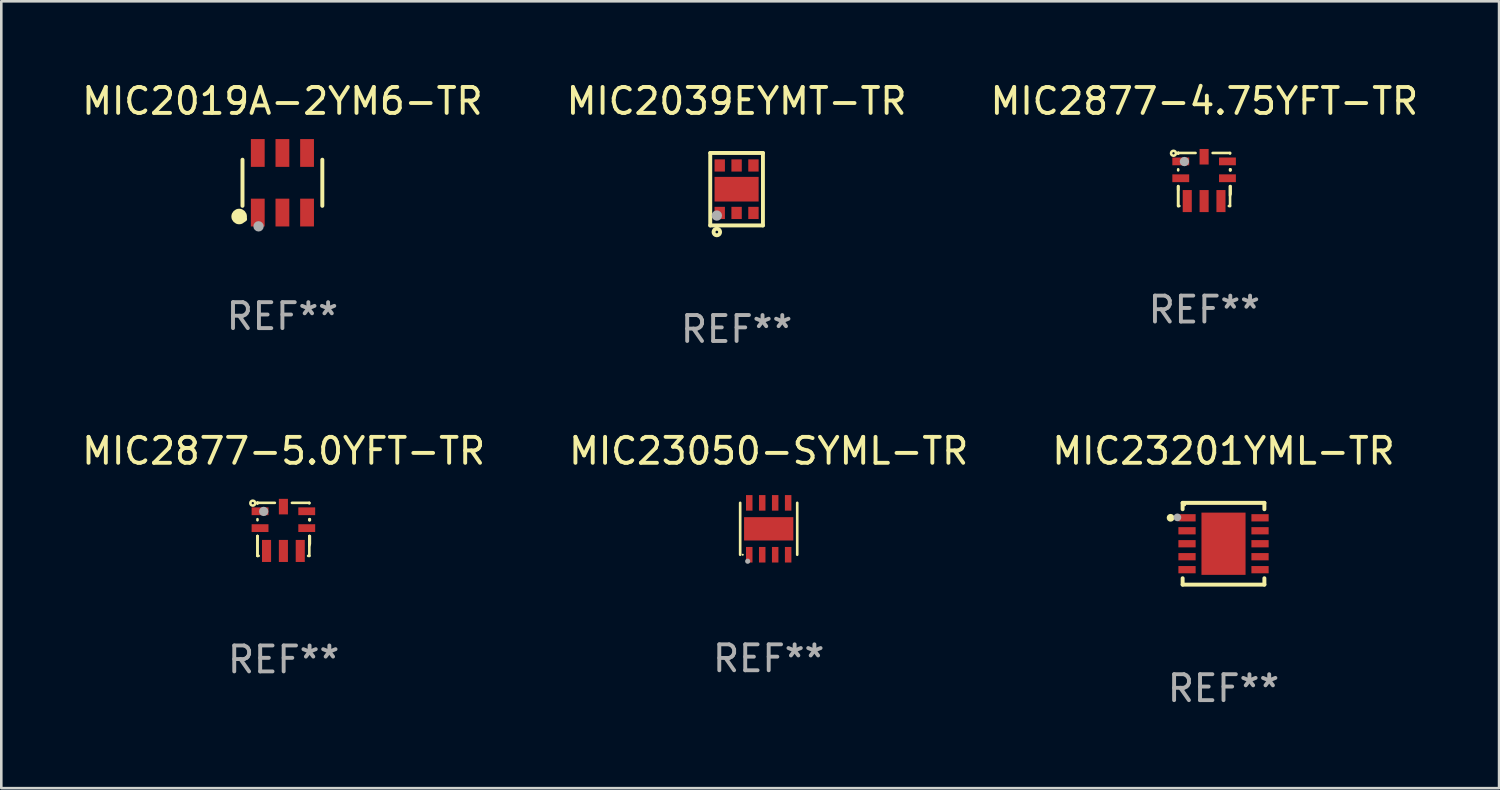
<source format=kicad_pcb>
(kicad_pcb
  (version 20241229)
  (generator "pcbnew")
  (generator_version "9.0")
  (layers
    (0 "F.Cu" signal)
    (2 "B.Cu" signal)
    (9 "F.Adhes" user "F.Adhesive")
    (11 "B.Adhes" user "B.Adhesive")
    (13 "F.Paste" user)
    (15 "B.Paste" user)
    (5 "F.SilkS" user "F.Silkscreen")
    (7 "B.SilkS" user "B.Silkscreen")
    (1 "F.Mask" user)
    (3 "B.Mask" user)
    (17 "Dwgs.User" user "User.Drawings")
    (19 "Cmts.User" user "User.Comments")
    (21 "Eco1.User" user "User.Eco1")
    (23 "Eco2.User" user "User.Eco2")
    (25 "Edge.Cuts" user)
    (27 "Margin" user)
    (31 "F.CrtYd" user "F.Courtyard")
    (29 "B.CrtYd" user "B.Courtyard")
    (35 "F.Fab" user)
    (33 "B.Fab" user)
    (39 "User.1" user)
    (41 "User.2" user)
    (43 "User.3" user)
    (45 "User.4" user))
  (footprint "MIC23201YML-TR"
    (layer "F.Cu")
    (at 44.125 17.915)
    (property "Reference" "MIC23201YML-TR" (at 0 -3.576 0) (layer "F.SilkS") (effects (font (size 1 1) (thickness 0.15))))
    (attr through_hole)
    (fp_line (start -1.576 -1.576) (end 1.576 -1.576) (stroke (width 0.152) (type solid)) (layer "F.SilkS"))
    (fp_line (start -1.576 -1.331) (end -1.576 -1.576) (stroke (width 0.152) (type solid)) (layer "F.SilkS"))
    (fp_line (start -1.576 1.331) (end -1.576 1.576) (stroke (width 0.152) (type solid)) (layer "F.SilkS"))
    (fp_line (start -1.576 1.576) (end 1.576 1.576) (stroke (width 0.152) (type solid)) (layer "F.SilkS"))
    (fp_line (start 1.576 -1.576) (end 1.576 -1.331) (stroke (width 0.152) (type solid)) (layer "F.SilkS"))
    (fp_line (start 1.576 1.576) (end 1.576 1.331) (stroke (width 0.152) (type solid)) (layer "F.SilkS"))
    (fp_circle (center -2.04 -1) (end -1.965 -1) (stroke (width 0.15) (type solid)) (fill no) (layer "F.SilkS"))
    (fp_circle (center -1.5 -1.5) (end -1.47 -1.5) (stroke (width 0.06) (type solid)) (fill no) (layer "F.SilkS"))
    (fp_circle (center -1.778 -1.016) (end -1.703 -1.016) (stroke (width 0.15) (type solid)) (fill no) (layer "F.Fab"))
    (fp_text user "REF**" (at 0 5.576 0) (layer "F.Fab") (effects (font (size 1 1) (thickness 0.15))))
    (pad "1" smd rect (at -1.407 -1 270) (size 0.28 0.665) (layers "F.Cu" "F.Mask" "F.Paste"))
    (pad "2" smd rect (at -1.407 -0.5 270) (size 0.28 0.665) (layers "F.Cu" "F.Mask" "F.Paste"))
    (pad "3" smd rect (at -1.407 0.000102 270) (size 0.28 0.665) (layers "F.Cu" "F.Mask" "F.Paste"))
    (pad "4" smd rect (at -1.407 0.5 270) (size 0.28 0.665) (layers "F.Cu" "F.Mask" "F.Paste"))
    (pad "5" smd rect (at -1.407 1 270) (size 0.28 0.665) (layers "F.Cu" "F.Mask" "F.Paste"))
    (pad "6" smd rect (at 1.408 1 270) (size 0.28 0.665) (layers "F.Cu" "F.Mask" "F.Paste"))
    (pad "7" smd rect (at 1.408 0.5 270) (size 0.28 0.665) (layers "F.Cu" "F.Mask" "F.Paste"))
    (pad "8" smd rect (at 1.408 0.000102 270) (size 0.28 0.665) (layers "F.Cu" "F.Mask" "F.Paste"))
    (pad "9" smd rect (at 1.408 -0.5 270) (size 0.28 0.665) (layers "F.Cu" "F.Mask" "F.Paste"))
    (pad "10" smd rect (at 1.408 -1 270) (size 0.28 0.665) (layers "F.Cu" "F.Mask" "F.Paste"))
    (pad "11" smd rect (at -0.000051 0.000102 270) (size 2.4 1.7) (layers "F.Cu" "F.Mask" "F.Paste")))
  (footprint "MIC23050-SYML-TR"
    (layer "F.Cu")
    (at 26.589 17.339)
    (property "Reference" "MIC23050-SYML-TR" (at 0 -3 0) (layer "F.SilkS") (effects (font (size 1 1) (thickness 0.15))))
    (attr through_hole)
    (fp_line (start -1.1 1) (end -1.1 -1) (stroke (width 0.102) (type solid)) (layer "F.SilkS"))
    (fp_line (start 1.1 1) (end 1.1 -1) (stroke (width 0.102) (type solid)) (layer "F.SilkS"))
    (fp_circle (center -1 1) (end -0.98 1) (stroke (width 0.04) (type solid)) (fill no) (layer "F.SilkS"))
    (fp_circle (center -0.81 1.25) (end -0.76 1.25) (stroke (width 0.1) (type solid)) (fill no) (layer "F.Fab"))
    (fp_text user "REF**" (at 0 5 0) (layer "F.Fab") (effects (font (size 1 1) (thickness 0.15))))
    (pad "1" smd rect (at -0.75 1 90) (size 0.6 0.25) (layers "F.Cu" "F.Mask" "F.Paste"))
    (pad "2" smd rect (at -0.25 1 90) (size 0.6 0.25) (layers "F.Cu" "F.Mask" "F.Paste"))
    (pad "3" smd rect (at 0.25 1 90) (size 0.6 0.25) (layers "F.Cu" "F.Mask" "F.Paste"))
    (pad "4" smd rect (at 0.75 1 90) (size 0.6 0.25) (layers "F.Cu" "F.Mask" "F.Paste"))
    (pad "5" smd rect (at 0.75 -1 90) (size 0.6 0.25) (layers "F.Cu" "F.Mask" "F.Paste"))
    (pad "6" smd rect (at 0.25 -1 90) (size 0.6 0.25) (layers "F.Cu" "F.Mask" "F.Paste"))
    (pad "7" smd rect (at -0.25 -1 90) (size 0.6 0.25) (layers "F.Cu" "F.Mask" "F.Paste"))
    (pad "8" smd rect (at -0.75 -1 90) (size 0.6 0.25) (layers "F.Cu" "F.Mask" "F.Paste"))
    (pad "9" smd rect (at -0.000127 0.001 180) (size 1.9 0.9) (layers "F.Cu" "F.Mask" "F.Paste")))
  (footprint "MIC2019A-2YM6-TR"
    (layer "F.Cu")
    (at 7.839 3.997)
    (property "Reference" "MIC2019A-2YM6-TR" (at 0 -3.149 0) (layer "F.SilkS") (effects (font (size 1 1) (thickness 0.15))))
    (attr through_hole)
    (fp_line (start -1.539 0.889) (end -1.539 -0.889) (stroke (width 0.152) (type solid)) (layer "F.SilkS"))
    (fp_line (start 1.539 0.889) (end 1.539 -0.889) (stroke (width 0.152) (type solid)) (layer "F.SilkS"))
    (fp_circle (center -1.668 1.301) (end -1.518 1.301) (stroke (width 0.3) (type solid)) (fill no) (layer "F.SilkS"))
    (fp_circle (center -1.463 1.4) (end -1.413 1.4) (stroke (width 0.1) (type solid)) (fill no) (layer "F.SilkS"))
    (fp_circle (center -0.92 1.68) (end -0.82 1.68) (stroke (width 0.2) (type solid)) (fill no) (layer "F.Fab"))
    (fp_text user "REF**" (at 0 5.149 0) (layer "F.Fab") (effects (font (size 1 1) (thickness 0.15))))
    (pad "1" smd rect (at -0.95 1.149) (size 0.532 1.072) (layers "F.Cu" "F.Mask" "F.Paste"))
    (pad "2" smd rect (at 0 1.149) (size 0.532 1.072) (layers "F.Cu" "F.Mask" "F.Paste"))
    (pad "3" smd rect (at 0.95 1.149) (size 0.532 1.072) (layers "F.Cu" "F.Mask" "F.Paste"))
    (pad "4" smd rect (at 0.95 -1.149) (size 0.532 1.072) (layers "F.Cu" "F.Mask" "F.Paste"))
    (pad "5" smd rect (at 0 -1.149) (size 0.532 1.072) (layers "F.Cu" "F.Mask" "F.Paste"))
    (pad "6" smd rect (at -0.95 -1.149) (size 0.532 1.072) (layers "F.Cu" "F.Mask" "F.Paste")))
  (footprint "MIC2877-4.75YFT-TR"
    (layer "F.Cu")
    (at 43.387 3.871)
    (property "Reference" "MIC2877-4.75YFT-TR" (at 0 -3.022 0) (layer "F.SilkS") (effects (font (size 1 1) (thickness 0.15))))
    (attr through_hole)
    (fp_line (start -1.01 -1.022) (end -1.01 -1.002) (stroke (width 0.1) (type solid)) (layer "F.SilkS"))
    (fp_line (start -1.01 -1.022) (end -1.01 -1.002) (stroke (width 0.1) (type solid)) (layer "F.SilkS"))
    (fp_line (start -1.01 -0.393) (end -1.01 -0.352) (stroke (width 0.1) (type solid)) (layer "F.SilkS"))
    (fp_line (start -1.01 0.257) (end -1.01 0.398) (stroke (width 0.1) (type solid)) (layer "F.SilkS"))
    (fp_line (start -1.01 0.257) (end -1.01 1.022) (stroke (width 0.1) (type solid)) (layer "F.SilkS"))
    (fp_line (start -1.01 1.022) (end -1.01 0.257) (stroke (width 0.1) (type solid)) (layer "F.SilkS"))
    (fp_line (start -0.964 1.022) (end -1.01 1.022) (stroke (width 0.1) (type solid)) (layer "F.SilkS"))
    (fp_line (start -0.339 -1.022) (end -1.01 -1.022) (stroke (width 0.1) (type solid)) (layer "F.SilkS"))
    (fp_line (start 0.99 -1.022) (end 0.319 -1.022) (stroke (width 0.1) (type solid)) (layer "F.SilkS"))
    (fp_line (start 0.99 -1.022) (end 0.99 -1.002) (stroke (width 0.1) (type solid)) (layer "F.SilkS"))
    (fp_line (start 0.99 -0.393) (end 0.99 -0.352) (stroke (width 0.1) (type solid)) (layer "F.SilkS"))
    (fp_line (start 0.99 0.257) (end 0.99 0.623) (stroke (width 0.1) (type solid)) (layer "F.SilkS"))
    (fp_line (start 0.99 0.257) (end 0.99 1.022) (stroke (width 0.1) (type solid)) (layer "F.SilkS"))
    (fp_line (start 0.99 1.022) (end 0.944 1.022) (stroke (width 0.1) (type solid)) (layer "F.SilkS"))
    (fp_line (start 1.01 -0.393) (end 1.01 -0.352) (stroke (width 0.1) (type solid)) (layer "F.SilkS"))
    (fp_line (start 1.01 0.257) (end 1.01 0.558) (stroke (width 0.1) (type solid)) (layer "F.SilkS"))
    (fp_circle (center -1.19 -1.012) (end -1.145 -1.012) (stroke (width 0.1) (type solid)) (fill no) (layer "F.SilkS"))
    (fp_circle (center -1.01 -1.022) (end -0.98 -1.022) (stroke (width 0.06) (type solid)) (fill no) (layer "F.SilkS"))
    (fp_circle (center -0.77 -0.692) (end -0.68 -0.692) (stroke (width 0.18) (type solid)) (fill no) (layer "F.Fab"))
    (fp_text user "REF**" (at 0 5.022 0) (layer "F.Fab") (effects (font (size 1 1) (thickness 0.15))))
    (pad "1" smd rect (at -0.91 -0.698 90) (size 0.3 0.65) (layers "F.Cu" "F.Mask" "F.Paste"))
    (pad "2" smd rect (at -0.91 -0.048 90) (size 0.3 0.65) (layers "F.Cu" "F.Mask" "F.Paste"))
    (pad "3" smd rect (at -0.66 0.832 180) (size 0.35 0.85) (layers "F.Cu" "F.Mask" "F.Paste"))
    (pad "4" smd rect (at -0.01 0.832 180) (size 0.35 0.85) (layers "F.Cu" "F.Mask" "F.Paste"))
    (pad "5" smd rect (at 0.64 0.832 180) (size 0.35 0.85) (layers "F.Cu" "F.Mask" "F.Paste"))
    (pad "6" smd rect (at 0.89 -0.048 270) (size 0.3 0.65) (layers "F.Cu" "F.Mask" "F.Paste"))
    (pad "7" smd rect (at 0.89 -0.698 270) (size 0.3 0.65) (layers "F.Cu" "F.Mask" "F.Paste"))
    (pad "8" smd rect (at -0.01 -0.877) (size 0.35 0.6) (layers "F.Cu" "F.Mask" "F.Paste")))
  (footprint "MIC2039EYMT-TR"
    (layer "F.Cu")
    (at 25.351 4.245)
    (property "Reference" "MIC2039EYMT-TR" (at 0 -3.397 0) (layer "F.SilkS") (effects (font (size 1 1) (thickness 0.15))))
    (attr through_hole)
    (fp_line (start -1.016 -1.397) (end -1.016 1.397) (stroke (width 0.15) (type solid)) (layer "F.SilkS"))
    (fp_line (start -1.016 1.397) (end 1.016 1.397) (stroke (width 0.15) (type solid)) (layer "F.SilkS"))
    (fp_line (start 1.016 -1.397) (end -1.016 -1.397) (stroke (width 0.15) (type solid)) (layer "F.SilkS"))
    (fp_line (start 1.016 1.397) (end 1.016 -1.397) (stroke (width 0.15) (type solid)) (layer "F.SilkS"))
    (fp_circle (center -1 1) (end -0.97 1) (stroke (width 0.06) (type solid)) (fill no) (layer "F.SilkS"))
    (fp_circle (center -0.762 1.651) (end -0.635 1.651) (stroke (width 0.15) (type solid)) (fill no) (layer "F.SilkS"))
    (fp_circle (center -0.762 1.016) (end -0.662 1.016) (stroke (width 0.2) (type solid)) (fill no) (layer "F.Fab"))
    (fp_text user "REF**" (at 0 5.397 0) (layer "F.Fab") (effects (font (size 1 1) (thickness 0.15))))
    (pad "1" smd rect (at -0.65 0.915 90) (size 0.47 0.4) (layers "F.Cu" "F.Mask" "F.Paste"))
    (pad "2" smd rect (at -0.000051 0.915 90) (size 0.47 0.4) (layers "F.Cu" "F.Mask" "F.Paste"))
    (pad "3" smd rect (at 0.65 0.915 90) (size 0.47 0.4) (layers "F.Cu" "F.Mask" "F.Paste"))
    (pad "4" smd rect (at 0.65 -0.915 90) (size 0.47 0.4) (layers "F.Cu" "F.Mask" "F.Paste"))
    (pad "5" smd rect (at -0.000051 -0.915 90) (size 0.47 0.4) (layers "F.Cu" "F.Mask" "F.Paste"))
    (pad "6" smd rect (at -0.65 -0.915 90) (size 0.47 0.4) (layers "F.Cu" "F.Mask" "F.Paste"))
    (pad "7" smd rect (at -0.000051 0 90) (size 0.95 1.7) (layers "F.Cu" "F.Mask" "F.Paste")))
  (footprint "MIC2877-5.0YFT-TR"
    (layer "F.Cu")
    (at 7.887 17.361)
    (property "Reference" "MIC2877-5.0YFT-TR" (at 0 -3.022 0) (layer "F.SilkS") (effects (font (size 1 1) (thickness 0.15))))
    (attr through_hole)
    (fp_line (start -1.01 -1.022) (end -1.01 -1.002) (stroke (width 0.1) (type solid)) (layer "F.SilkS"))
    (fp_line (start -1.01 -1.022) (end -1.01 -1.002) (stroke (width 0.1) (type solid)) (layer "F.SilkS"))
    (fp_line (start -1.01 -0.393) (end -1.01 -0.352) (stroke (width 0.1) (type solid)) (layer "F.SilkS"))
    (fp_line (start -1.01 0.257) (end -1.01 0.398) (stroke (width 0.1) (type solid)) (layer "F.SilkS"))
    (fp_line (start -1.01 0.257) (end -1.01 1.022) (stroke (width 0.1) (type solid)) (layer "F.SilkS"))
    (fp_line (start -1.01 1.022) (end -1.01 0.257) (stroke (width 0.1) (type solid)) (layer "F.SilkS"))
    (fp_line (start -0.964 1.022) (end -1.01 1.022) (stroke (width 0.1) (type solid)) (layer "F.SilkS"))
    (fp_line (start -0.339 -1.022) (end -1.01 -1.022) (stroke (width 0.1) (type solid)) (layer "F.SilkS"))
    (fp_line (start 0.99 -1.022) (end 0.319 -1.022) (stroke (width 0.1) (type solid)) (layer "F.SilkS"))
    (fp_line (start 0.99 -1.022) (end 0.99 -1.002) (stroke (width 0.1) (type solid)) (layer "F.SilkS"))
    (fp_line (start 0.99 -0.393) (end 0.99 -0.352) (stroke (width 0.1) (type solid)) (layer "F.SilkS"))
    (fp_line (start 0.99 0.257) (end 0.99 0.623) (stroke (width 0.1) (type solid)) (layer "F.SilkS"))
    (fp_line (start 0.99 0.257) (end 0.99 1.022) (stroke (width 0.1) (type solid)) (layer "F.SilkS"))
    (fp_line (start 0.99 1.022) (end 0.944 1.022) (stroke (width 0.1) (type solid)) (layer "F.SilkS"))
    (fp_line (start 1.01 -0.393) (end 1.01 -0.352) (stroke (width 0.1) (type solid)) (layer "F.SilkS"))
    (fp_line (start 1.01 0.257) (end 1.01 0.558) (stroke (width 0.1) (type solid)) (layer "F.SilkS"))
    (fp_circle (center -1.19 -1.012) (end -1.145 -1.012) (stroke (width 0.1) (type solid)) (fill no) (layer "F.SilkS"))
    (fp_circle (center -1.01 -1.022) (end -0.98 -1.022) (stroke (width 0.06) (type solid)) (fill no) (layer "F.SilkS"))
    (fp_circle (center -0.77 -0.692) (end -0.68 -0.692) (stroke (width 0.18) (type solid)) (fill no) (layer "F.Fab"))
    (fp_text user "REF**" (at 0 5.022 0) (layer "F.Fab") (effects (font (size 1 1) (thickness 0.15))))
    (pad "1" smd rect (at -0.91 -0.698 90) (size 0.3 0.65) (layers "F.Cu" "F.Mask" "F.Paste"))
    (pad "2" smd rect (at -0.91 -0.048 90) (size 0.3 0.65) (layers "F.Cu" "F.Mask" "F.Paste"))
    (pad "3" smd rect (at -0.66 0.832 180) (size 0.35 0.85) (layers "F.Cu" "F.Mask" "F.Paste"))
    (pad "4" smd rect (at -0.01 0.832 180) (size 0.35 0.85) (layers "F.Cu" "F.Mask" "F.Paste"))
    (pad "5" smd rect (at 0.64 0.832 180) (size 0.35 0.85) (layers "F.Cu" "F.Mask" "F.Paste"))
    (pad "6" smd rect (at 0.89 -0.048 270) (size 0.3 0.65) (layers "F.Cu" "F.Mask" "F.Paste"))
    (pad "7" smd rect (at 0.89 -0.698 270) (size 0.3 0.65) (layers "F.Cu" "F.Mask" "F.Paste"))
    (pad "8" smd rect (at -0.01 -0.877) (size 0.35 0.6) (layers "F.Cu" "F.Mask" "F.Paste")))
  (gr_rect
    (start -3 -3)
    (end 54.75 27.339)
    (stroke (width 0.1) (type default))
    (fill no)
    (layer "Edge.Cuts")))
</source>
